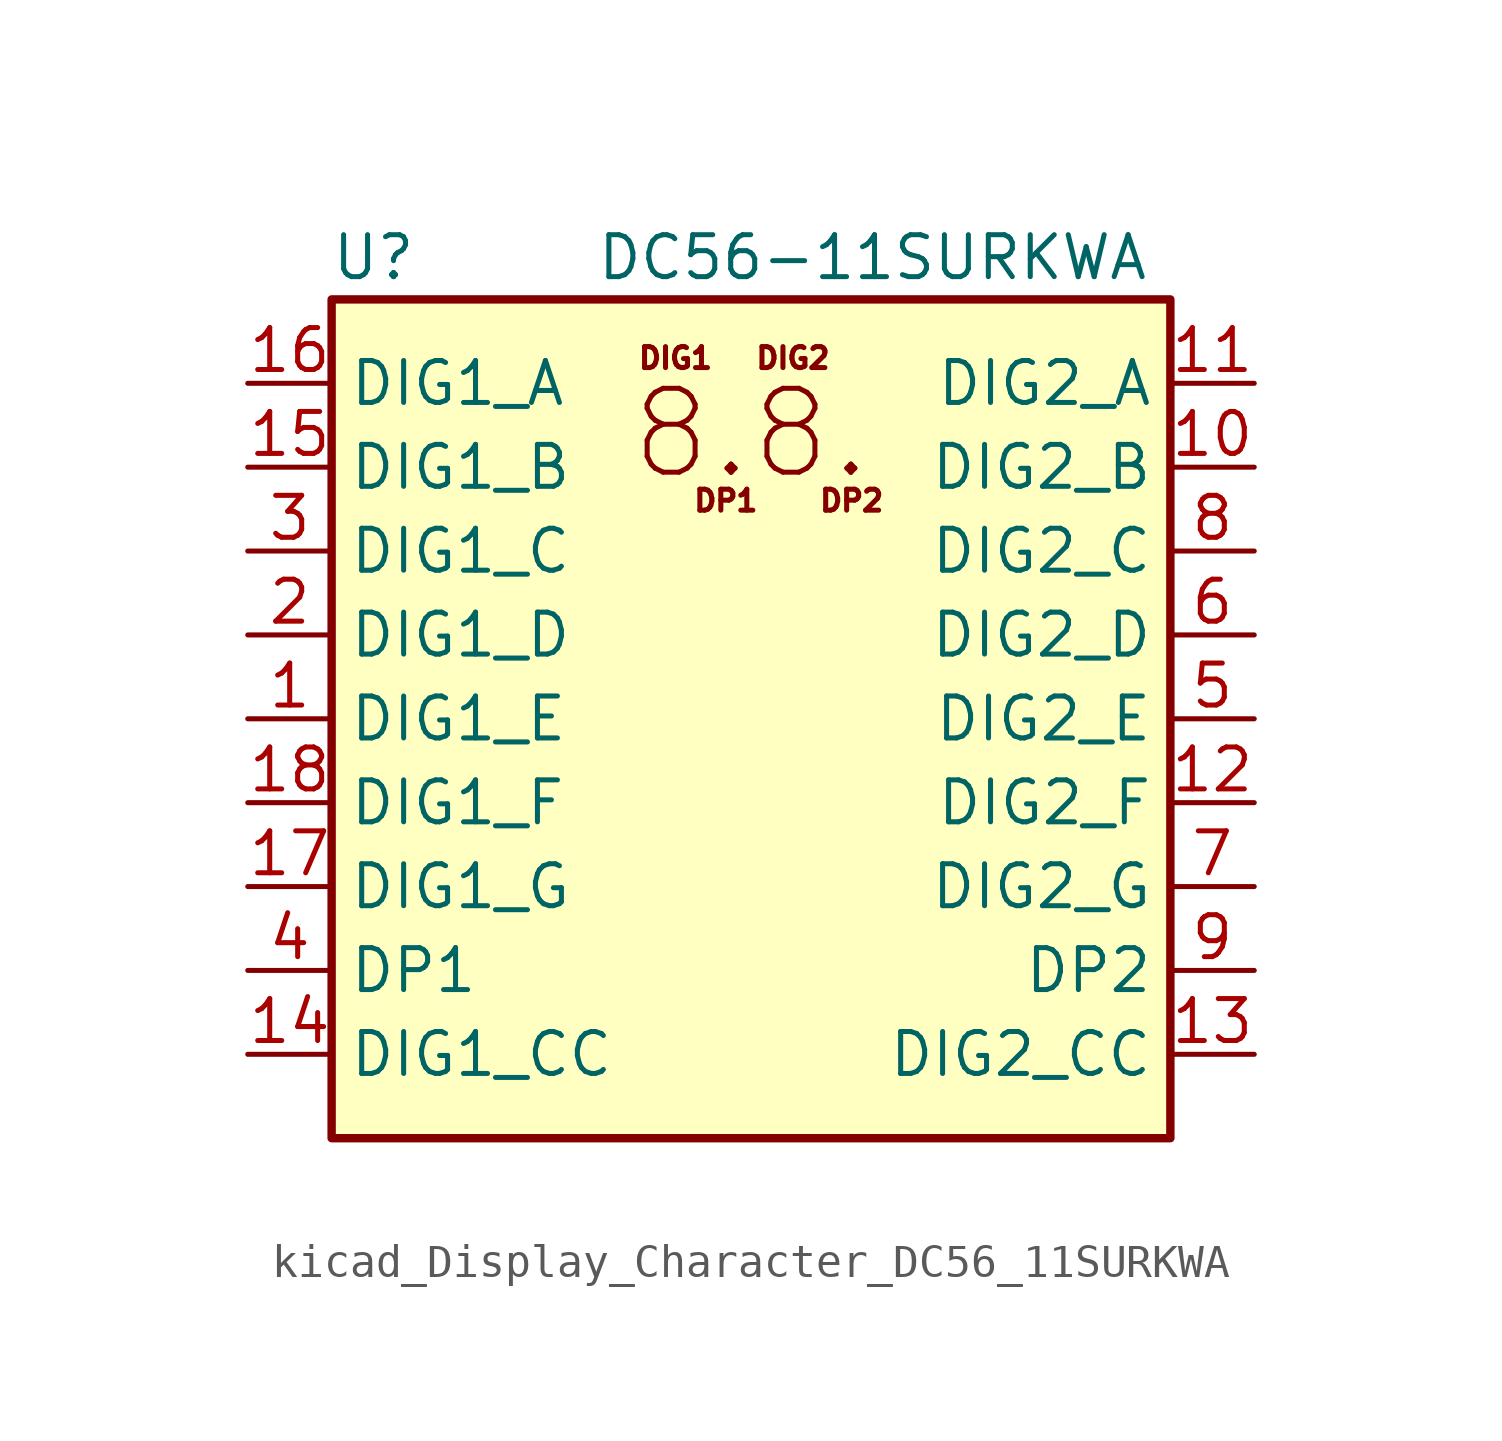
<source format=kicad_sym>
(kicad_symbol_lib
  (version 20220914)
  (generator kicad_symbol_editor)
  (symbol "kicad_Display_Character_DC56_11SURKWA"
    (property "Reference" "U"
      (at -11.43 13.97 0)
      (effects (font (size 1.27 1.27))))
    (property "Value" "DC56-11SURKWA"
      (at 12.065 13.97 0)
      (effects (font (size 1.27 1.27)) (justify right)))
    (symbol "kicad_Display_Character_DC56_11SURKWA_0_0"
      (text "8.8." (at 0 8.636 0) (effects (font (size 2.54 2.54))))
      (text "DIG1" (at -2.286 10.922 0) (effects (font (size 0.635 0.635))))
      (text "DIG2" (at 1.27 10.922 0) (effects (font (size 0.635 0.635))))
      (text "DP1" (at -0.762 6.604 0) (effects (font (size 0.635 0.635))))
      (text "DP2" (at 3.048 6.604 0) (effects (font (size 0.635 0.635)))))
    (symbol "kicad_Display_Character_DC56_11SURKWA_0_1"
      (rectangle (start -12.7 12.7) (end 12.7 -12.7) (stroke (width 0.254) (type default)) (fill (type background))))
    (symbol "kicad_Display_Character_DC56_11SURKWA_1_1"
      (pin input line (at -15.24 0 0) (length 2.54) (name "DIG1_E" (effects (font (size 1.27 1.27)))) (number "1" (effects (font (size 1.27 1.27)))))
      (pin input line (at 15.24 7.62 180) (length 2.54) (name "DIG2_B" (effects (font (size 1.27 1.27)))) (number "10" (effects (font (size 1.27 1.27)))))
      (pin input line (at 15.24 10.16 180) (length 2.54) (name "DIG2_A" (effects (font (size 1.27 1.27)))) (number "11" (effects (font (size 1.27 1.27)))))
      (pin input line (at 15.24 -2.54 180) (length 2.54) (name "DIG2_F" (effects (font (size 1.27 1.27)))) (number "12" (effects (font (size 1.27 1.27)))))
      (pin input line (at 15.24 -10.16 180) (length 2.54) (name "DIG2_CC" (effects (font (size 1.27 1.27)))) (number "13" (effects (font (size 1.27 1.27)))))
      (pin input line (at -15.24 -10.16 0) (length 2.54) (name "DIG1_CC" (effects (font (size 1.27 1.27)))) (number "14" (effects (font (size 1.27 1.27)))))
      (pin input line (at -15.24 7.62 0) (length 2.54) (name "DIG1_B" (effects (font (size 1.27 1.27)))) (number "15" (effects (font (size 1.27 1.27)))))
      (pin input line (at -15.24 10.16 0) (length 2.54) (name "DIG1_A" (effects (font (size 1.27 1.27)))) (number "16" (effects (font (size 1.27 1.27)))))
      (pin input line (at -15.24 -5.08 0) (length 2.54) (name "DIG1_G" (effects (font (size 1.27 1.27)))) (number "17" (effects (font (size 1.27 1.27)))))
      (pin input line (at -15.24 -2.54 0) (length 2.54) (name "DIG1_F" (effects (font (size 1.27 1.27)))) (number "18" (effects (font (size 1.27 1.27)))))
      (pin input line (at -15.24 2.54 0) (length 2.54) (name "DIG1_D" (effects (font (size 1.27 1.27)))) (number "2" (effects (font (size 1.27 1.27)))))
      (pin input line (at -15.24 5.08 0) (length 2.54) (name "DIG1_C" (effects (font (size 1.27 1.27)))) (number "3" (effects (font (size 1.27 1.27)))))
      (pin input line (at -15.24 -7.62 0) (length 2.54) (name "DP1" (effects (font (size 1.27 1.27)))) (number "4" (effects (font (size 1.27 1.27)))))
      (pin input line (at 15.24 0 180) (length 2.54) (name "DIG2_E" (effects (font (size 1.27 1.27)))) (number "5" (effects (font (size 1.27 1.27)))))
      (pin input line (at 15.24 2.54 180) (length 2.54) (name "DIG2_D" (effects (font (size 1.27 1.27)))) (number "6" (effects (font (size 1.27 1.27)))))
      (pin input line (at 15.24 -5.08 180) (length 2.54) (name "DIG2_G" (effects (font (size 1.27 1.27)))) (number "7" (effects (font (size 1.27 1.27)))))
      (pin input line (at 15.24 5.08 180) (length 2.54) (name "DIG2_C" (effects (font (size 1.27 1.27)))) (number "8" (effects (font (size 1.27 1.27)))))
      (pin input line (at 15.24 -7.62 180) (length 2.54) (name "DP2" (effects (font (size 1.27 1.27)))) (number "9" (effects (font (size 1.27 1.27))))))))
</source>
